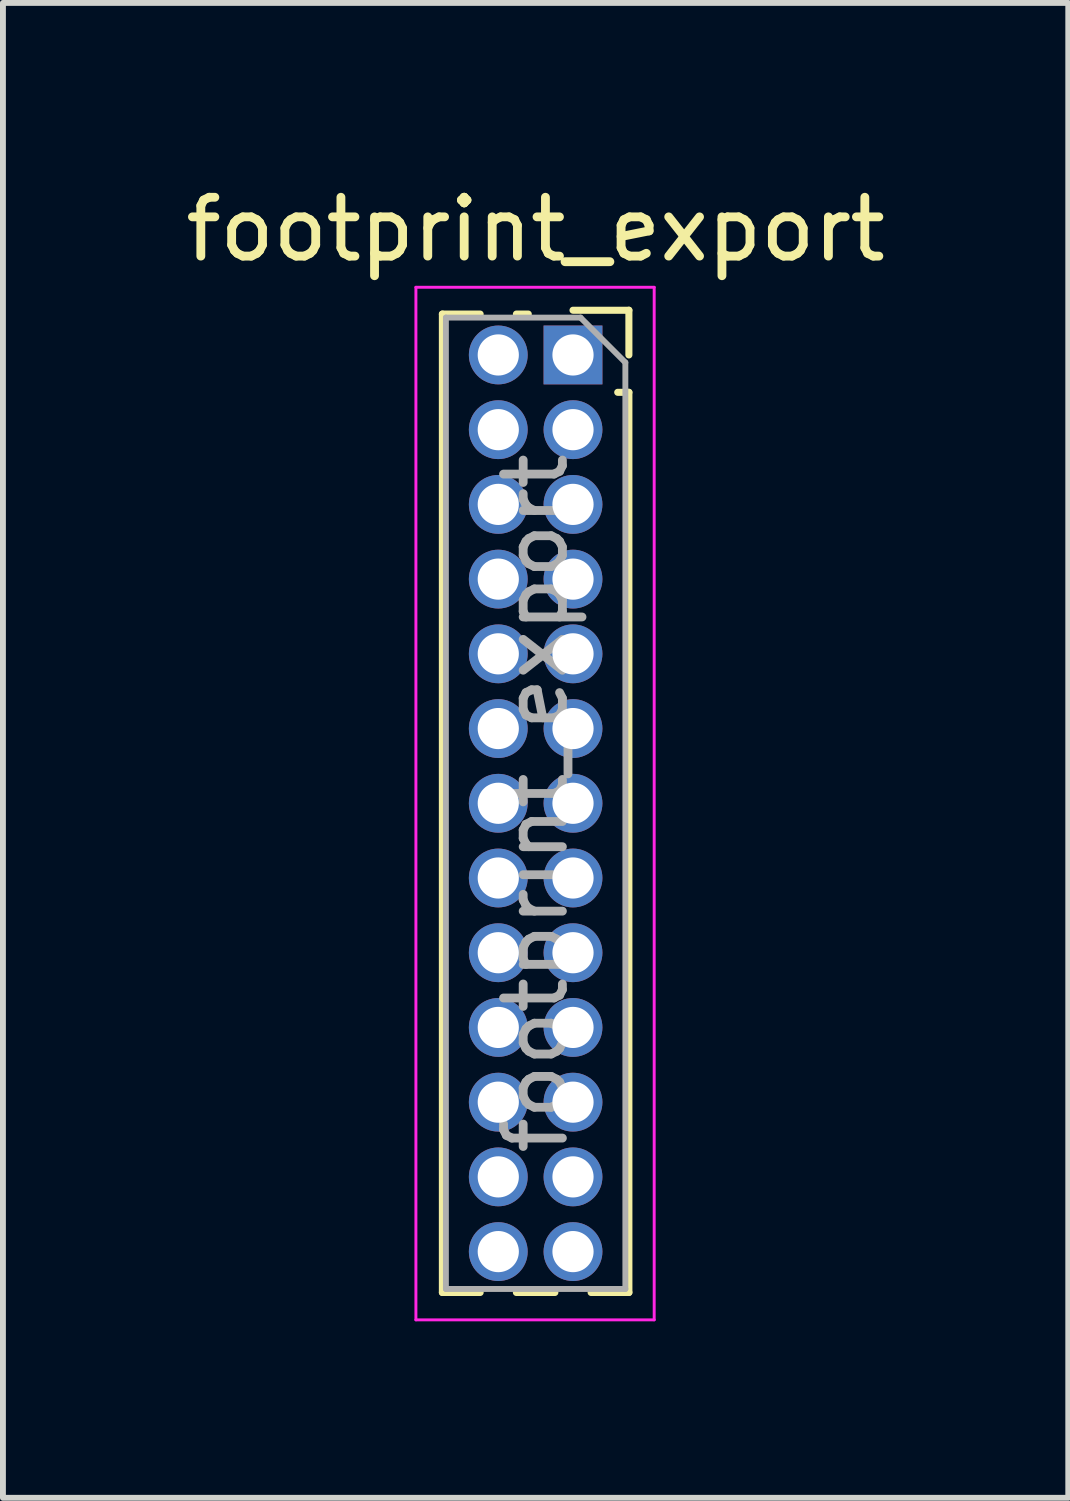
<source format=kicad_pcb>
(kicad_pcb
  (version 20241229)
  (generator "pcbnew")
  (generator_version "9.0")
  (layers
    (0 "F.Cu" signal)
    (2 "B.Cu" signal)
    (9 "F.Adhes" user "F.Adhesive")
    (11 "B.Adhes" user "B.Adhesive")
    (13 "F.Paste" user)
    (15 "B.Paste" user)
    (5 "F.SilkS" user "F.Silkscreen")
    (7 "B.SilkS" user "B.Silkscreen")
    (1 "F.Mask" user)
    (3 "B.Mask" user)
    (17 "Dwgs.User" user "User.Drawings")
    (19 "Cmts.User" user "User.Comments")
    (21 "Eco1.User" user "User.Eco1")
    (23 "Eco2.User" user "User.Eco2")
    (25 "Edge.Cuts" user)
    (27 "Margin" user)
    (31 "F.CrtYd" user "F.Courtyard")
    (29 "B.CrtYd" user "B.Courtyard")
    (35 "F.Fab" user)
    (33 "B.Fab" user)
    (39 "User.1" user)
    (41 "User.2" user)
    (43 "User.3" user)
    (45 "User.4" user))
  (footprint "footprint_export"
    (layer "F.Cu")
    (at 6.689 2.983)
    (property "Reference" "footprint_export" (at -0.635 -2.135 0) (layer "F.SilkS") (effects (font (size 1 1) (thickness 0.15))))
    (attr through_hole)
    (fp_line (start -2.22 -0.695) (end -2.22 15.935) (stroke (width 0.12) (type solid)) (layer "F.SilkS"))
    (fp_line (start -2.22 -0.695) (end -1.578 -0.695) (stroke (width 0.12) (type solid)) (layer "F.SilkS"))
    (fp_line (start -2.22 15.935) (end -1.578 15.935) (stroke (width 0.12) (type solid)) (layer "F.SilkS"))
    (fp_line (start -0.962 -0.695) (end -0.76 -0.695) (stroke (width 0.12) (type solid)) (layer "F.SilkS"))
    (fp_line (start -0.962 15.935) (end -0.308 15.935) (stroke (width 0.12) (type solid)) (layer "F.SilkS"))
    (fp_line (start 0 -0.76) (end 0.95 -0.76) (stroke (width 0.12) (type solid)) (layer "F.SilkS"))
    (fp_line (start 0.308 15.935) (end 0.95 15.935) (stroke (width 0.12) (type solid)) (layer "F.SilkS"))
    (fp_line (start 0.76 0.635) (end 0.95 0.635) (stroke (width 0.12) (type solid)) (layer "F.SilkS"))
    (fp_line (start 0.95 -0.76) (end 0.95 0) (stroke (width 0.12) (type solid)) (layer "F.SilkS"))
    (fp_line (start 0.95 0.635) (end 0.95 15.935) (stroke (width 0.12) (type solid)) (layer "F.SilkS"))
    (fp_line (start -2.67 -1.15) (end 1.38 -1.15) (stroke (width 0.05) (type solid)) (layer "F.CrtYd"))
    (fp_line (start -2.67 16.4) (end -2.67 -1.15) (stroke (width 0.05) (type solid)) (layer "F.CrtYd"))
    (fp_line (start 1.38 -1.15) (end 1.38 16.4) (stroke (width 0.05) (type solid)) (layer "F.CrtYd"))
    (fp_line (start 1.38 16.4) (end -2.67 16.4) (stroke (width 0.05) (type solid)) (layer "F.CrtYd"))
    (fp_line (start -2.16 -0.635) (end 0.128 -0.635) (stroke (width 0.1) (type solid)) (layer "F.Fab"))
    (fp_line (start -2.16 15.875) (end -2.16 -0.635) (stroke (width 0.1) (type solid)) (layer "F.Fab"))
    (fp_line (start 0.128 -0.635) (end 0.89 0.128) (stroke (width 0.1) (type solid)) (layer "F.Fab"))
    (fp_line (start 0.89 0.128) (end 0.89 15.875) (stroke (width 0.1) (type solid)) (layer "F.Fab"))
    (fp_line (start 0.89 15.875) (end -2.16 15.875) (stroke (width 0.1) (type solid)) (layer "F.Fab"))
    (fp_text user "${REFERENCE}" (at -0.635 7.62 90) (layer "F.Fab") (effects (font (size 1 1) (thickness 0.15))))
    (pad "1" thru_hole rect (at 0 0) (size 1 1) (drill 0.7) (layers "*.Cu" "*.Mask"))
    (pad "2" thru_hole oval (at -1.27 0) (size 1 1) (drill 0.7) (layers "*.Cu" "*.Mask"))
    (pad "3" thru_hole oval (at 0 1.27) (size 1 1) (drill 0.7) (layers "*.Cu" "*.Mask"))
    (pad "4" thru_hole oval (at -1.27 1.27) (size 1 1) (drill 0.7) (layers "*.Cu" "*.Mask"))
    (pad "5" thru_hole oval (at 0 2.54) (size 1 1) (drill 0.7) (layers "*.Cu" "*.Mask"))
    (pad "6" thru_hole oval (at -1.27 2.54) (size 1 1) (drill 0.7) (layers "*.Cu" "*.Mask"))
    (pad "7" thru_hole oval (at 0 3.81) (size 1 1) (drill 0.7) (layers "*.Cu" "*.Mask"))
    (pad "8" thru_hole oval (at -1.27 3.81) (size 1 1) (drill 0.7) (layers "*.Cu" "*.Mask"))
    (pad "9" thru_hole oval (at 0 5.08) (size 1 1) (drill 0.7) (layers "*.Cu" "*.Mask"))
    (pad "10" thru_hole oval (at -1.27 5.08) (size 1 1) (drill 0.7) (layers "*.Cu" "*.Mask"))
    (pad "11" thru_hole oval (at 0 6.35) (size 1 1) (drill 0.7) (layers "*.Cu" "*.Mask"))
    (pad "12" thru_hole oval (at -1.27 6.35) (size 1 1) (drill 0.7) (layers "*.Cu" "*.Mask"))
    (pad "13" thru_hole oval (at 0 7.62) (size 1 1) (drill 0.7) (layers "*.Cu" "*.Mask"))
    (pad "14" thru_hole oval (at -1.27 7.62) (size 1 1) (drill 0.7) (layers "*.Cu" "*.Mask"))
    (pad "15" thru_hole oval (at 0 8.89) (size 1 1) (drill 0.7) (layers "*.Cu" "*.Mask"))
    (pad "16" thru_hole oval (at -1.27 8.89) (size 1 1) (drill 0.7) (layers "*.Cu" "*.Mask"))
    (pad "17" thru_hole oval (at 0 10.16) (size 1 1) (drill 0.7) (layers "*.Cu" "*.Mask"))
    (pad "18" thru_hole oval (at -1.27 10.16) (size 1 1) (drill 0.7) (layers "*.Cu" "*.Mask"))
    (pad "19" thru_hole oval (at 0 11.43) (size 1 1) (drill 0.7) (layers "*.Cu" "*.Mask"))
    (pad "20" thru_hole oval (at -1.27 11.43) (size 1 1) (drill 0.7) (layers "*.Cu" "*.Mask"))
    (pad "21" thru_hole oval (at 0 12.7) (size 1 1) (drill 0.7) (layers "*.Cu" "*.Mask"))
    (pad "22" thru_hole oval (at -1.27 12.7) (size 1 1) (drill 0.7) (layers "*.Cu" "*.Mask"))
    (pad "23" thru_hole oval (at 0 13.97) (size 1 1) (drill 0.7) (layers "*.Cu" "*.Mask"))
    (pad "24" thru_hole oval (at -1.27 13.97) (size 1 1) (drill 0.7) (layers "*.Cu" "*.Mask"))
    (pad "25" thru_hole oval (at 0 15.24) (size 1 1) (drill 0.7) (layers "*.Cu" "*.Mask"))
    (pad "26" thru_hole oval (at -1.27 15.24) (size 1 1) (drill 0.7) (layers "*.Cu" "*.Mask")))
  (gr_rect
    (start -3 -3)
    (end 15.107 22.408)
    (stroke (width 0.1) (type default))
    (fill no)
    (layer "Edge.Cuts")))
</source>
